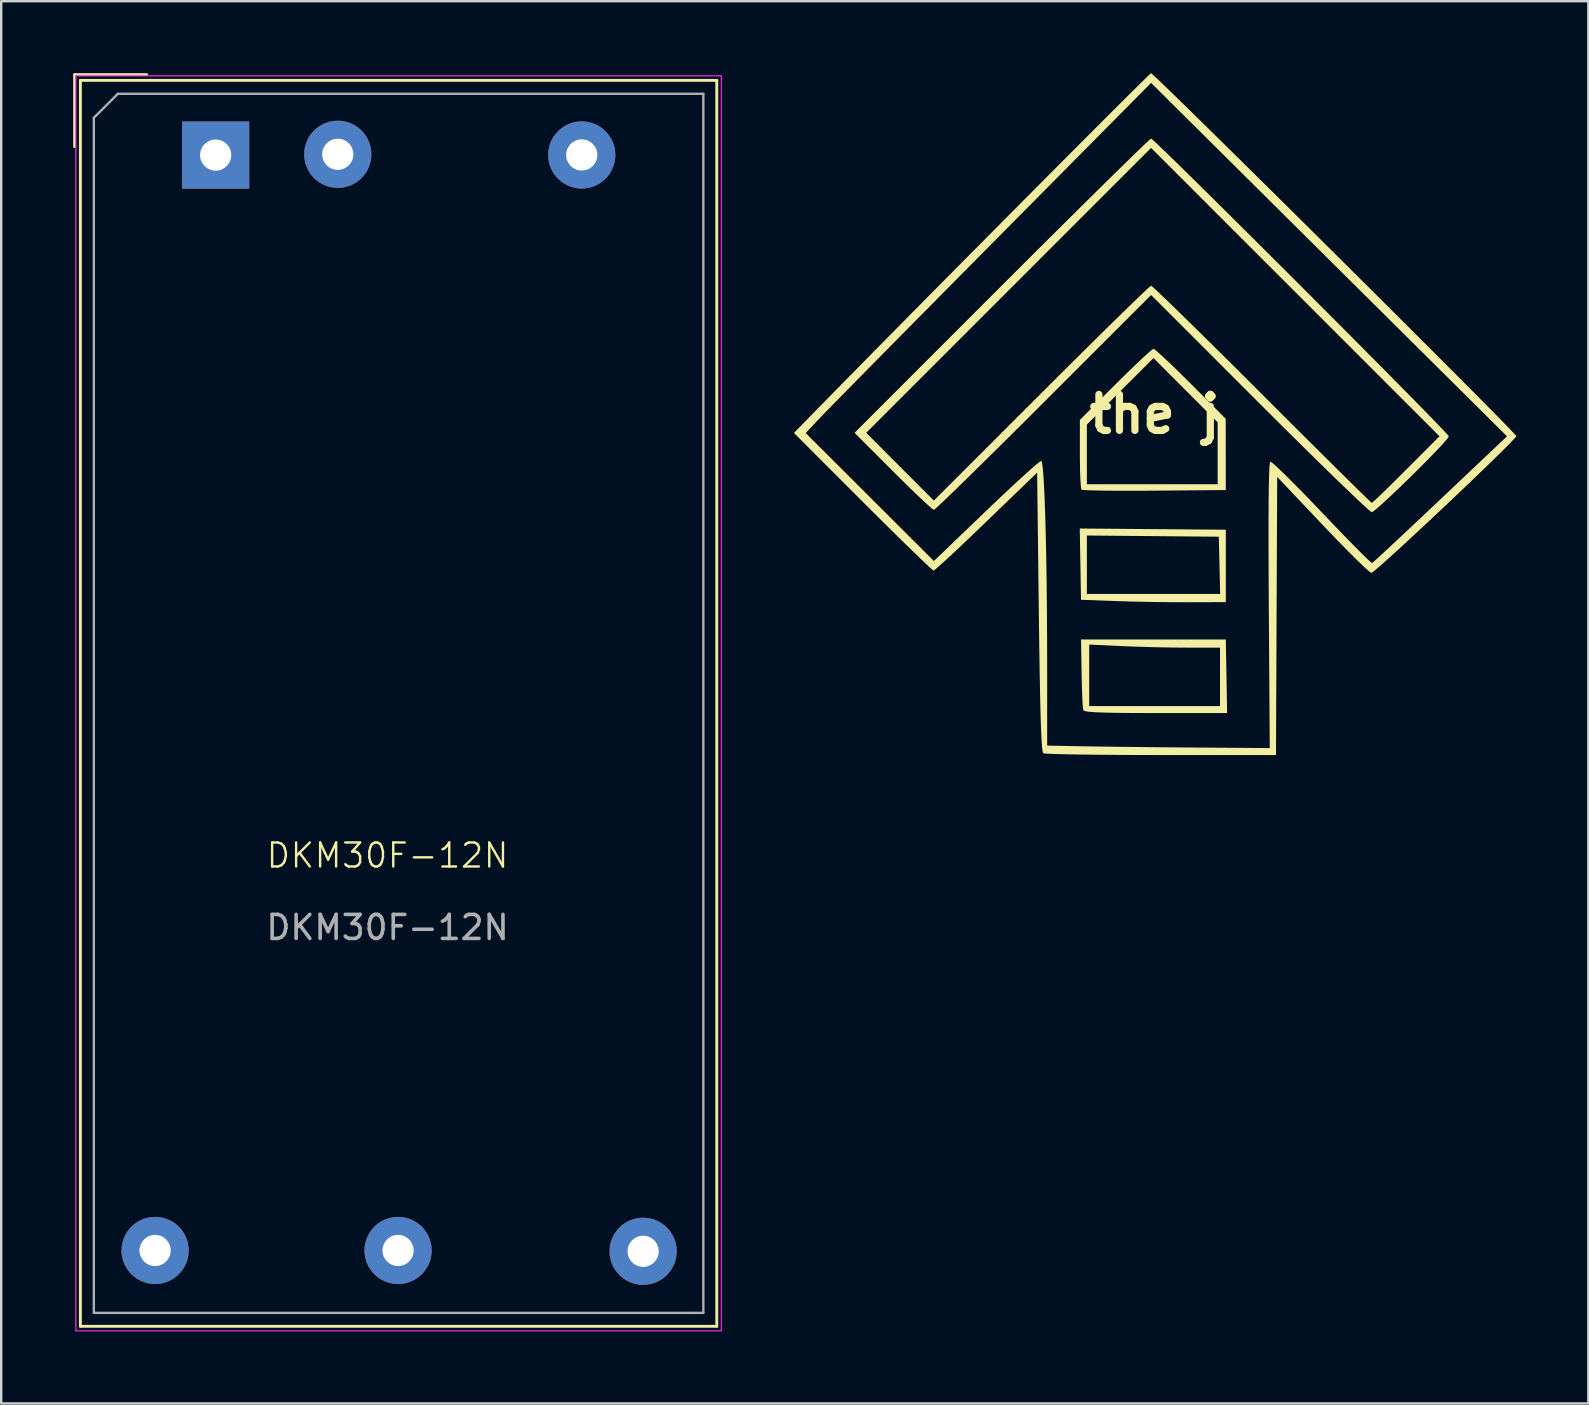
<source format=kicad_pcb>
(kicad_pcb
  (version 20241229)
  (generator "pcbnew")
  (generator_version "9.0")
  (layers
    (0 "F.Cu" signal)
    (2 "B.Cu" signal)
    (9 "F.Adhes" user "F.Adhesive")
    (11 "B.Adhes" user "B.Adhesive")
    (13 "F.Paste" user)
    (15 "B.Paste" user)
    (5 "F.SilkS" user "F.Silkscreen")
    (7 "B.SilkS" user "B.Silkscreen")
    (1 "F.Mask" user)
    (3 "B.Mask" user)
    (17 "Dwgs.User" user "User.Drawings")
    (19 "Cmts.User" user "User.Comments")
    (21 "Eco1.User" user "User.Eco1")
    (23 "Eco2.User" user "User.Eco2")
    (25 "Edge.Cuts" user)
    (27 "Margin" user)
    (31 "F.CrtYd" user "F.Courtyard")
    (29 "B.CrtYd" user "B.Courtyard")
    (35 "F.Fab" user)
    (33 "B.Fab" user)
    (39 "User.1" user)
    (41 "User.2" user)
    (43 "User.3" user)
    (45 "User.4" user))
  (footprint "DKM30F-12N"
    (layer "F.Cu")
    (at 13.516 26.125)
    (property "Reference" "DKM30F-12N" (at -0.416 6.475 0) (unlocked yes) (layer "F.SilkS") (effects (font (size 1 1) (thickness 0.1))))
    (attr through_hole)
    (fp_line (start -13.456 -26.065) (end -10.456 -26.065) (stroke (width 0.12) (type solid)) (layer "F.SilkS"))
    (fp_line (start -13.456 -23.065) (end -13.456 -26.065) (stroke (width 0.12) (type solid)) (layer "F.SilkS"))
    (fp_line (start -13.216 -25.825) (end -13.216 26.095) (stroke (width 0.12) (type solid)) (layer "F.SilkS"))
    (fp_line (start -13.216 -25.825) (end 13.304 -25.825) (stroke (width 0.12) (type solid)) (layer "F.SilkS"))
    (fp_line (start -13.216 26.095) (end 13.304 26.095) (stroke (width 0.12) (type solid)) (layer "F.SilkS"))
    (fp_line (start 13.304 -25.825) (end 13.304 26.095) (stroke (width 0.12) (type solid)) (layer "F.SilkS"))
    (fp_line (start -13.406 -26.015) (end -13.406 26.285) (stroke (width 0.05) (type solid)) (layer "F.CrtYd"))
    (fp_line (start -13.406 -26.015) (end 13.494 -26.015) (stroke (width 0.05) (type solid)) (layer "F.CrtYd"))
    (fp_line (start -13.406 26.285) (end 13.494 26.285) (stroke (width 0.05) (type solid)) (layer "F.CrtYd"))
    (fp_line (start 13.494 -26.015) (end 13.494 26.285) (stroke (width 0.05) (type solid)) (layer "F.CrtYd"))
    (fp_line (start -12.656 -24.265) (end -11.656 -25.265) (stroke (width 0.1) (type solid)) (layer "F.Fab"))
    (fp_line (start -12.656 25.535) (end -12.656 -24.265) (stroke (width 0.1) (type solid)) (layer "F.Fab"))
    (fp_line (start -11.656 -25.265) (end 12.744 -25.265) (stroke (width 0.1) (type solid)) (layer "F.Fab"))
    (fp_line (start 12.744 -25.265) (end 12.744 25.535) (stroke (width 0.1) (type solid)) (layer "F.Fab"))
    (fp_line (start 12.744 25.535) (end -12.656 25.535) (stroke (width 0.1) (type solid)) (layer "F.Fab"))
    (fp_text user "${REFERENCE}" (at -0.416 9.475 0) (unlocked yes) (layer "F.Fab") (effects (font (size 1 1) (thickness 0.15))))
    (pad "1" thru_hole rect (at -7.579 -22.712) (size 2.8 2.8) (drill 1.3) (layers "*.Cu" "*.Mask"))
    (pad "2" thru_hole circle (at -2.49 -22.745) (size 2.8 2.8) (drill 1.3) (layers "*.Cu" "*.Mask"))
    (pad "3" thru_hole circle (at 7.677 -22.717) (size 2.8 2.8) (drill 1.3) (layers "*.Cu" "*.Mask"))
    (pad "4" thru_hole circle (at -10.102 22.935) (size 2.8 2.8) (drill 1.3) (layers "*.Cu" "*.Mask"))
    (pad "5" thru_hole circle (at 0.023 22.935) (size 2.8 2.8) (drill 1.3) (layers "*.Cu" "*.Mask"))
    (pad "6" thru_hole circle (at 10.235 22.97) (size 2.8 2.8) (drill 1.3) (layers "*.Cu" "*.Mask")))
  (footprint "the j"
    (layer "F.Cu")
    (at 45.065 14.208)
    (property "Reference" "the j" (at 0 0 0) (layer "F.SilkS") (effects (font (size 1.5 1.5) (thickness 0.3))))
    (attr board_only exclude_from_pos_files exclude_from_bom)
    (fp_poly (pts (xy -0.076 4.792) (xy 2.968 4.817) (xy 2.968 6.326) (xy 2.968 7.834) (xy 1.411 7.839) (xy 0.717 7.837) (xy -0.064 7.828) (xy -0.841 7.813) (xy -1.525 7.793) (xy -1.606 7.791) (xy -3.066 7.737) (xy -3.092 6.275) (xy -2.822 6.275) (xy -2.822 7.493) (xy -0.046 7.493) (xy 2.731 7.493) (xy 2.704 6.301) (xy 2.676 5.109) (xy -0.073 5.083) (xy -2.822 5.058) (xy -2.822 6.275) (xy -3.092 6.275) (xy -3.092 6.251) (xy -3.119 4.766)) (stroke (width 0) (type solid)) (fill yes) (layer "F.SilkS"))
    (fp_poly (pts (xy 2.995 10.924) (xy 3.022 12.457) (xy 0.048 12.457) (xy -0.837 12.455) (xy -1.543 12.449) (xy -2.087 12.438) (xy -2.486 12.422) (xy -2.756 12.4) (xy -2.912 12.372) (xy -2.972 12.336) (xy -2.972 12.335) (xy -2.991 12.198) (xy -3.009 11.905) (xy -3.025 11.494) (xy -3.039 11.002) (xy -3.041 10.884) (xy -2.725 10.884) (xy -2.725 12.165) (xy 0 12.165) (xy 2.725 12.165) (xy 2.725 10.948) (xy 2.725 9.732) (xy 1.387 9.731) (xy 0.738 9.726) (xy -0.007 9.712) (xy -0.753 9.69) (xy -1.338 9.668) (xy -2.725 9.604) (xy -2.725 10.884) (xy -3.041 10.884) (xy -3.042 10.802) (xy -3.066 9.391) (xy -0.049 9.391) (xy 2.968 9.391)) (stroke (width 0) (type solid)) (fill yes) (layer "F.SilkS"))
    (fp_poly (pts (xy 0.049 -2.659) (xy 0.258 -2.474) (xy 0.561 -2.192) (xy 0.936 -1.831) (xy 1.361 -1.412) (xy 1.508 -1.266) (xy 2.964 0.193) (xy 2.966 1.678) (xy 2.968 3.163) (xy -0.007 3.189) (xy -0.749 3.193) (xy -1.428 3.193) (xy -2.019 3.189) (xy -2.499 3.181) (xy -2.842 3.169) (xy -3.025 3.155) (xy -3.048 3.148) (xy -3.071 3.032) (xy -3.091 2.758) (xy -3.106 2.361) (xy -3.113 1.879) (xy -3.114 1.661) (xy -3.114 0.435) (xy -2.822 0.435) (xy -2.822 1.677) (xy -2.822 2.92) (xy -0.097 2.92) (xy 2.628 2.92) (xy 2.628 1.631) (xy 2.628 0.343) (xy 1.291 -0.996) (xy -0.046 -2.336) (xy -1.434 -0.95) (xy -2.822 0.435) (xy -3.114 0.435) (xy -3.114 0.241) (xy -1.629 -1.242) (xy -1.188 -1.678) (xy -0.789 -2.064) (xy -0.455 -2.379) (xy -0.208 -2.602) (xy -0.067 -2.715) (xy -0.046 -2.725)) (stroke (width 0) (type solid)) (fill yes) (layer "F.SilkS"))
    (fp_poly (pts (xy -0.063 -11.416) (xy 0.145 -11.223) (xy 0.466 -10.915) (xy 0.889 -10.504) (xy 1.4 -10.003) (xy 1.989 -9.423) (xy 2.643 -8.776) (xy 3.35 -8.074) (xy 4.099 -7.329) (xy 4.878 -6.554) (xy 5.674 -5.759) (xy 6.476 -4.957) (xy 7.271 -4.16) (xy 8.049 -3.38) (xy 8.796 -2.628) (xy 9.502 -1.917) (xy 10.153 -1.258) (xy 10.739 -0.664) (xy 11.247 -0.146) (xy 11.665 0.284) (xy 11.981 0.614) (xy 12.184 0.831) (xy 12.262 0.924) (xy 12.262 0.926) (xy 12.195 1.03) (xy 12.01 1.243) (xy 11.731 1.54) (xy 11.384 1.898) (xy 10.992 2.292) (xy 10.58 2.699) (xy 10.172 3.095) (xy 9.792 3.454) (xy 9.466 3.754) (xy 9.218 3.971) (xy 9.071 4.079) (xy 9.049 4.087) (xy 8.957 4.02) (xy 8.74 3.826) (xy 8.409 3.517) (xy 7.976 3.104) (xy 7.453 2.599) (xy 6.852 2.012) (xy 6.185 1.356) (xy 5.463 0.642) (xy 4.698 -0.119) (xy 4.379 -0.438) (xy -0.145 -4.963) (xy -4.623 -0.487) (xy -5.396 0.285) (xy -6.13 1.015) (xy -6.813 1.691) (xy -7.434 2.302) (xy -7.979 2.837) (xy -8.439 3.284) (xy -8.8 3.631) (xy -9.052 3.867) (xy -9.183 3.981) (xy -9.198 3.99) (xy -9.292 3.924) (xy -9.502 3.738) (xy -9.808 3.453) (xy -10.188 3.086) (xy -10.624 2.659) (xy -10.9 2.384) (xy -12.504 0.778) (xy -12.504 0.778) (xy -12.017 0.778) (xy -10.608 2.19) (xy -9.198 3.602) (xy -4.72 -0.875) (xy -3.947 -1.647) (xy -3.213 -2.377) (xy -2.53 -3.053) (xy -1.909 -3.665) (xy -1.364 -4.199) (xy -0.904 -4.646) (xy -0.543 -4.993) (xy -0.291 -5.23) (xy -0.16 -5.344) (xy -0.145 -5.352) (xy -0.061 -5.285) (xy 0.148 -5.092) (xy 0.471 -4.783) (xy 0.897 -4.37) (xy 1.414 -3.865) (xy 2.009 -3.28) (xy 2.672 -2.624) (xy 3.391 -1.911) (xy 4.153 -1.15) (xy 4.477 -0.827) (xy 5.253 -0.051) (xy 5.989 0.682) (xy 6.673 1.363) (xy 7.293 1.978) (xy 7.838 2.518) (xy 8.296 2.97) (xy 8.656 3.323) (xy 8.907 3.565) (xy 9.036 3.686) (xy 9.051 3.698) (xy 9.132 3.632) (xy 9.329 3.449) (xy 9.619 3.169) (xy 9.983 2.812) (xy 10.398 2.4) (xy 10.487 2.311) (xy 11.872 0.923) (xy 5.863 -5.086) (xy -0.147 -11.094) (xy -6.082 -5.158) (xy -12.017 0.778) (xy -12.504 0.778) (xy -6.374 -5.353) (xy -5.467 -6.259) (xy -4.598 -7.125) (xy -3.777 -7.941) (xy -3.015 -8.696) (xy -2.321 -9.382) (xy -1.705 -9.988) (xy -1.177 -10.505) (xy -0.747 -10.923) (xy -0.425 -11.232) (xy -0.222 -11.422) (xy -0.146 -11.484)) (stroke (width 0) (type solid)) (fill yes) (layer "F.SilkS"))
    (fp_poly (pts (xy -0.069 -14.141) (xy 0.139 -13.947) (xy 0.463 -13.637) (xy 0.892 -13.222) (xy 1.415 -12.711) (xy 2.021 -12.117) (xy 2.7 -11.449) (xy 3.441 -10.719) (xy 4.233 -9.937) (xy 5.066 -9.114) (xy 5.928 -8.26) (xy 6.809 -7.386) (xy 7.697 -6.504) (xy 8.583 -5.623) (xy 9.455 -4.755) (xy 10.303 -3.91) (xy 11.115 -3.099) (xy 11.882 -2.332) (xy 12.591 -1.621) (xy 13.234 -0.976) (xy 13.797 -0.407) (xy 14.272 0.074) (xy 14.646 0.457) (xy 14.91 0.731) (xy 15.052 0.885) (xy 15.075 0.915) (xy 15.003 1.009) (xy 14.807 1.217) (xy 14.504 1.522) (xy 14.111 1.908) (xy 13.647 2.357) (xy 13.131 2.853) (xy 12.58 3.378) (xy 12.012 3.915) (xy 11.445 4.448) (xy 10.898 4.958) (xy 10.388 5.43) (xy 9.933 5.846) (xy 9.552 6.189) (xy 9.262 6.442) (xy 9.082 6.588) (xy 9.032 6.618) (xy 8.933 6.549) (xy 8.72 6.357) (xy 8.41 6.058) (xy 8.022 5.67) (xy 7.574 5.213) (xy 7.085 4.702) (xy 7.004 4.617) (xy 5.109 2.616) (xy 5.084 8.412) (xy 5.059 14.208) (xy 0.267 14.207) (xy -0.683 14.205) (xy -1.575 14.201) (xy -2.389 14.194) (xy -3.108 14.185) (xy -3.711 14.175) (xy -4.179 14.162) (xy -4.493 14.149) (xy -4.635 14.135) (xy -4.64 14.133) (xy -4.666 14.06) (xy -4.69 13.87) (xy -4.712 13.554) (xy -4.733 13.102) (xy -4.752 12.505) (xy -4.77 11.752) (xy -4.788 10.836) (xy -4.805 9.744) (xy -4.822 8.47) (xy -4.825 8.249) (xy -4.895 2.438) (xy -7.01 4.479) (xy -7.542 4.99) (xy -8.03 5.454) (xy -8.457 5.855) (xy -8.805 6.176) (xy -9.056 6.4) (xy -9.192 6.511) (xy -9.21 6.52) (xy -9.295 6.454) (xy -9.502 6.263) (xy -9.817 5.963) (xy -10.225 5.568) (xy -10.71 5.093) (xy -11.26 4.551) (xy -11.857 3.957) (xy -12.163 3.652) (xy -15.024 0.789) (xy -14.538 0.789) (xy -11.867 3.455) (xy -9.197 6.12) (xy -7.023 4.033) (xy -6.481 3.517) (xy -5.981 3.047) (xy -5.54 2.64) (xy -5.177 2.312) (xy -4.909 2.08) (xy -4.755 1.96) (xy -4.728 1.946) (xy -4.689 2.042) (xy -4.653 2.319) (xy -4.62 2.766) (xy -4.589 3.37) (xy -4.561 4.118) (xy -4.536 4.999) (xy -4.515 5.999) (xy -4.498 7.106) (xy -4.486 8.308) (xy -4.479 9.592) (xy -4.477 10.816) (xy -4.477 13.814) (xy -2.847 13.844) (xy -2.313 13.852) (xy -1.628 13.861) (xy -0.836 13.87) (xy 0.019 13.879) (xy 0.894 13.887) (xy 1.744 13.894) (xy 1.791 13.895) (xy 4.799 13.916) (xy 4.759 7.964) (xy 4.752 6.599) (xy 4.748 5.424) (xy 4.748 4.431) (xy 4.752 3.615) (xy 4.76 2.97) (xy 4.773 2.491) (xy 4.789 2.171) (xy 4.81 2.005) (xy 4.824 1.977) (xy 4.914 2.036) (xy 5.12 2.221) (xy 5.425 2.513) (xy 5.811 2.898) (xy 6.261 3.356) (xy 6.758 3.872) (xy 6.962 4.086) (xy 7.471 4.62) (xy 7.938 5.104) (xy 8.345 5.52) (xy 8.677 5.853) (xy 8.916 6.084) (xy 9.046 6.197) (xy 9.063 6.205) (xy 9.146 6.135) (xy 9.355 5.945) (xy 9.674 5.65) (xy 10.088 5.265) (xy 10.58 4.803) (xy 11.136 4.281) (xy 11.74 3.711) (xy 11.908 3.552) (xy 14.685 0.925) (xy 7.269 -6.439) (xy -0.146 -13.803) (xy -6.814 -7.072) (xy -7.771 -6.105) (xy -8.698 -5.169) (xy -9.584 -4.273) (xy -10.419 -3.428) (xy -11.193 -2.645) (xy -11.895 -1.933) (xy -12.516 -1.303) (xy -13.044 -0.766) (xy -13.47 -0.332) (xy -13.784 -0.011) (xy -13.974 0.186) (xy -14.01 0.224) (xy -14.538 0.789) (xy -15.024 0.789) (xy -15.03 0.783) (xy -13.816 -0.457) (xy -13.235 -1.051) (xy -12.578 -1.718) (xy -11.858 -2.45) (xy -11.084 -3.234) (xy -10.268 -4.06) (xy -9.42 -4.918) (xy -8.55 -5.796) (xy -7.67 -6.684) (xy -6.79 -7.57) (xy -5.922 -8.445) (xy -5.074 -9.297) (xy -4.26 -10.116) (xy -3.488 -10.891) (xy -2.77 -11.611) (xy -2.117 -12.265) (xy -1.539 -12.842) (xy -1.047 -13.332) (xy -0.651 -13.724) (xy -0.363 -14.007) (xy -0.193 -14.171) (xy -0.15 -14.208)) (stroke (width 0) (type solid)) (fill yes) (layer "F.SilkS")))
  (gr_rect
    (start -3 -3)
    (end 63.14 55.435)
    (stroke (width 0.1) (type default))
    (fill no)
    (layer "Edge.Cuts")))
</source>
